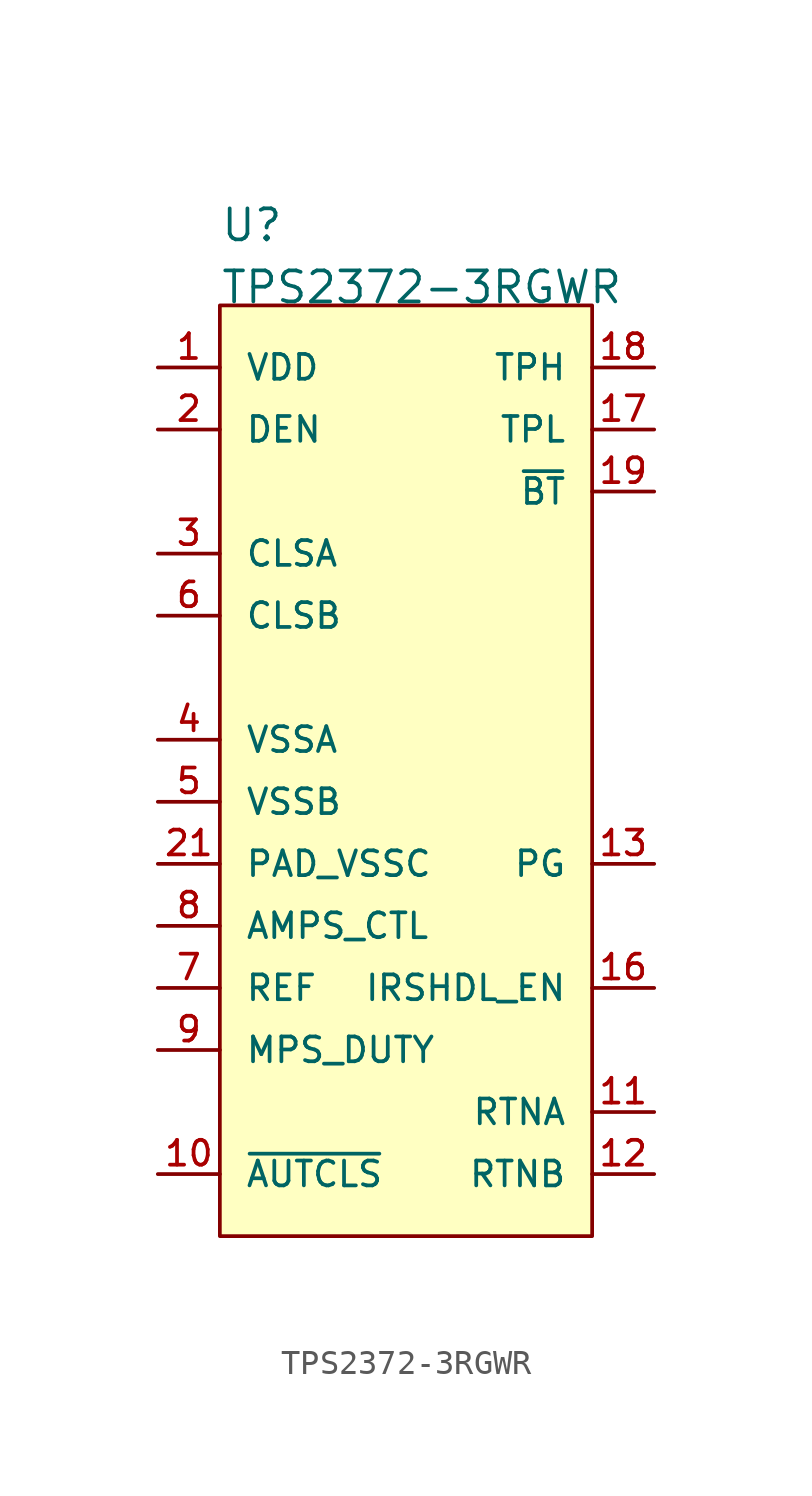
<source format=kicad_sym>
(kicad_symbol_lib
  (version 20211014)
  (generator kicad_symbol_editor)
  (symbol "TPS2372-3RGWR"
    (pin_names
      (offset 1.016))
    (property "Reference" "U"
      (at -7.62 27.94 0)
      (effects (font (size 1.27 1.27)) (justify left bottom)))
    (property "Value" "TPS2372-3RGWR"
      (at -7.62 25.4 0)
      (effects (font (size 1.27 1.27)) (justify left bottom)))
    (symbol "TPS2372-3RGWR_0_0"
      (rectangle (start -7.62 25.4) (end 7.62 -12.7) (stroke (width 0.152) (type default) (color 0 0 0 0)) (fill (type background)))
      (pin power_in line (at -10.16 22.86 0) (length 2.54) (name "VDD" (effects (font (size 1.016 1.016)))) (number "1" (effects (font (size 1.016 1.016)))))
      (pin input line (at -10.16 -10.16 0) (length 2.54) (name "~{AUTCLS}" (effects (font (size 1.016 1.016)))) (number "10" (effects (font (size 1.016 1.016)))))
      (pin output line (at 10.16 -7.62 180) (length 2.54) (name "RTNA" (effects (font (size 1.016 1.016)))) (number "11" (effects (font (size 1.016 1.016)))))
      (pin output line (at 10.16 -10.16 180) (length 2.54) (name "RTNB" (effects (font (size 1.016 1.016)))) (number "12" (effects (font (size 1.016 1.016)))))
      (pin output line (at 10.16 2.54 180) (length 2.54) (name "PG" (effects (font (size 1.016 1.016)))) (number "13" (effects (font (size 1.016 1.016)))))
      (pin no_connect line (at 7.62 7.62 180) (length 2.54) hide (name "NC" (effects (font (size 1.016 1.016)))) (number "14" (effects (font (size 1.016 1.016)))))
      (pin no_connect line (at 7.62 10.16 180) (length 2.54) hide (name "NC" (effects (font (size 1.016 1.016)))) (number "15" (effects (font (size 1.016 1.016)))))
      (pin output line (at 10.16 -2.54 180) (length 2.54) (name "IRSHDL_EN" (effects (font (size 1.016 1.016)))) (number "16" (effects (font (size 1.016 1.016)))))
      (pin output line (at 10.16 20.32 180) (length 2.54) (name "TPL" (effects (font (size 1.016 1.016)))) (number "17" (effects (font (size 1.016 1.016)))))
      (pin output line (at 10.16 22.86 180) (length 2.54) (name "TPH" (effects (font (size 1.016 1.016)))) (number "18" (effects (font (size 1.016 1.016)))))
      (pin output line (at 10.16 17.78 180) (length 2.54) (name "~{BT}" (effects (font (size 1.016 1.016)))) (number "19" (effects (font (size 1.016 1.016)))))
      (pin input line (at -10.16 20.32 0) (length 2.54) (name "DEN" (effects (font (size 1.016 1.016)))) (number "2" (effects (font (size 1.016 1.016)))))
      (pin no_connect line (at 7.62 12.7 180) (length 2.54) hide (name "NC" (effects (font (size 1.016 1.016)))) (number "20" (effects (font (size 1.016 1.016)))))
      (pin power_in line (at -10.16 2.54 0) (length 2.54) (name "PAD_VSSC" (effects (font (size 1.016 1.016)))) (number "21" (effects (font (size 1.016 1.016)))))
      (pin input line (at -10.16 15.24 0) (length 2.54) (name "CLSA" (effects (font (size 1.016 1.016)))) (number "3" (effects (font (size 1.016 1.016)))))
      (pin power_in line (at -10.16 7.62 0) (length 2.54) (name "VSSA" (effects (font (size 1.016 1.016)))) (number "4" (effects (font (size 1.016 1.016)))))
      (pin power_in line (at -10.16 5.08 0) (length 2.54) (name "VSSB" (effects (font (size 1.016 1.016)))) (number "5" (effects (font (size 1.016 1.016)))))
      (pin input line (at -10.16 12.7 0) (length 2.54) (name "CLSB" (effects (font (size 1.016 1.016)))) (number "6" (effects (font (size 1.016 1.016)))))
      (pin input line (at -10.16 -2.54 0) (length 2.54) (name "REF" (effects (font (size 1.016 1.016)))) (number "7" (effects (font (size 1.016 1.016)))))
      (pin input line (at -10.16 0 0) (length 2.54) (name "AMPS_CTL" (effects (font (size 1.016 1.016)))) (number "8" (effects (font (size 1.016 1.016)))))
      (pin input line (at -10.16 -5.08 0) (length 2.54) (name "MPS_DUTY" (effects (font (size 1.016 1.016)))) (number "9" (effects (font (size 1.016 1.016))))))))
</source>
